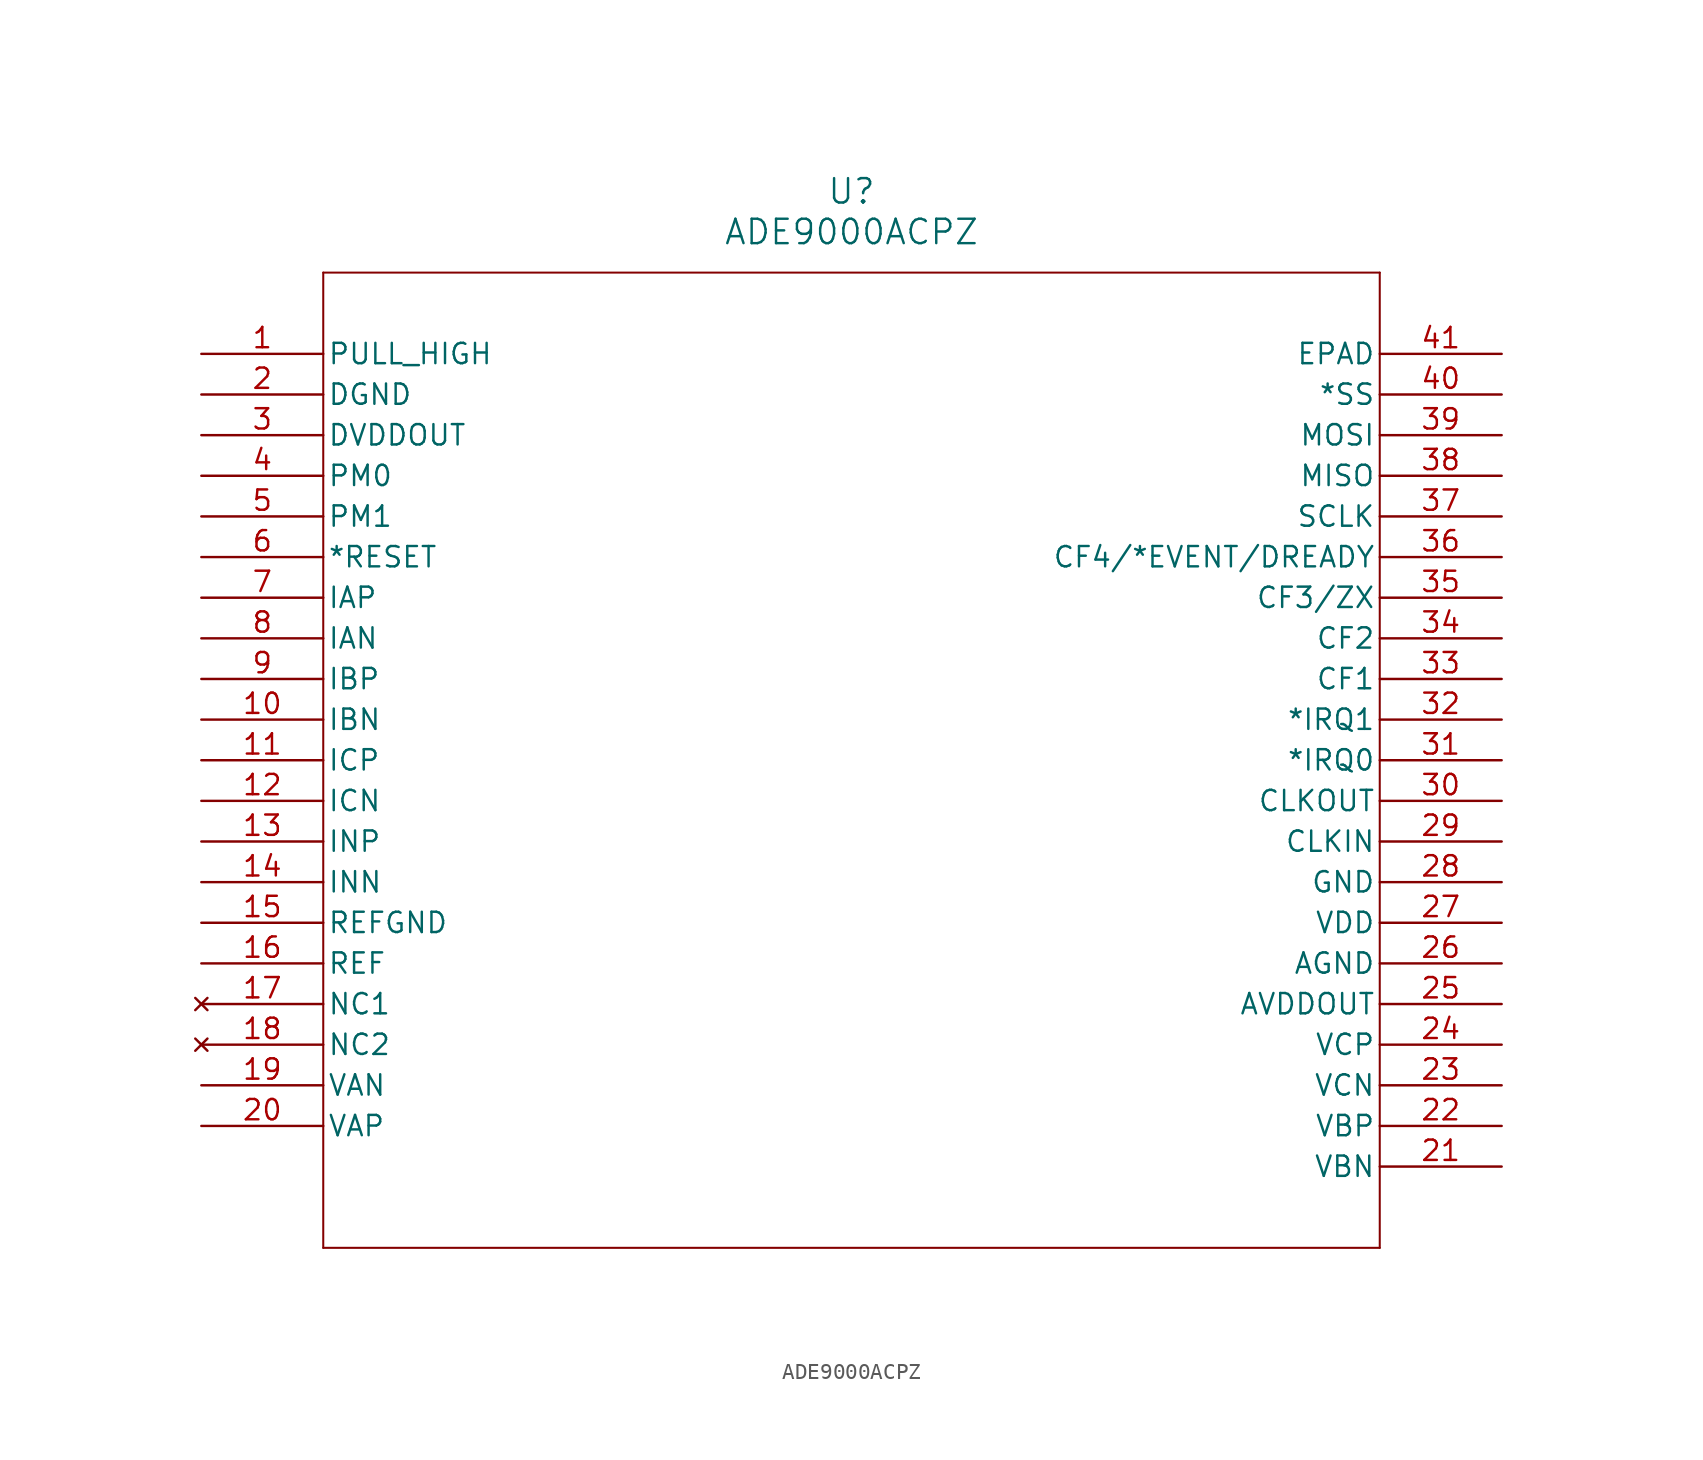
<source format=kicad_sym>
(kicad_symbol_lib
  (version 20211014)
  (generator kicad_symbol_editor)
  (symbol "ADE9000ACPZ"
    (pin_names
      (offset 0.254))
    (property "Reference" "U"
      (at 40.64 10.16 0)
      (effects (font (size 1.524 1.524))))
    (property "Value" "ADE9000ACPZ"
      (at 40.64 7.62 0)
      (effects (font (size 1.524 1.524))))
    (symbol "ADE9000ACPZ_0_1"
      (polyline (pts (xy 7.62 5.08) (xy 7.62 -55.88)) (stroke (width 0.127) (type default) (color 0 0 0 0)) (fill (type none)))
      (polyline (pts (xy 7.62 -55.88) (xy 73.66 -55.88)) (stroke (width 0.127) (type default) (color 0 0 0 0)) (fill (type none)))
      (polyline (pts (xy 73.66 -55.88) (xy 73.66 5.08)) (stroke (width 0.127) (type default) (color 0 0 0 0)) (fill (type none)))
      (polyline (pts (xy 73.66 5.08) (xy 7.62 5.08)) (stroke (width 0.127) (type default) (color 0 0 0 0)) (fill (type none)))
      (pin power_in line (at 0 0 0) (length 7.62) (name "PULL_HIGH" (effects (font (size 1.27 1.27)))) (number "1" (effects (font (size 1.27 1.27)))))
      (pin power_out line (at 0 -2.54 0) (length 7.62) (name "DGND" (effects (font (size 1.27 1.27)))) (number "2" (effects (font (size 1.27 1.27)))))
      (pin output line (at 0 -5.08 0) (length 7.62) (name "DVDDOUT" (effects (font (size 1.27 1.27)))) (number "3" (effects (font (size 1.27 1.27)))))
      (pin power_out line (at 0 -7.62 0) (length 7.62) (name "PM0" (effects (font (size 1.27 1.27)))) (number "4" (effects (font (size 1.27 1.27)))))
      (pin power_out line (at 0 -10.16 0) (length 7.62) (name "PM1" (effects (font (size 1.27 1.27)))) (number "5" (effects (font (size 1.27 1.27)))))
      (pin input line (at 0 -12.7 0) (length 7.62) (name "*RESET" (effects (font (size 1.27 1.27)))) (number "6" (effects (font (size 1.27 1.27)))))
      (pin input line (at 0 -15.24 0) (length 7.62) (name "IAP" (effects (font (size 1.27 1.27)))) (number "7" (effects (font (size 1.27 1.27)))))
      (pin input line (at 0 -17.78 0) (length 7.62) (name "IAN" (effects (font (size 1.27 1.27)))) (number "8" (effects (font (size 1.27 1.27)))))
      (pin input line (at 0 -20.32 0) (length 7.62) (name "IBP" (effects (font (size 1.27 1.27)))) (number "9" (effects (font (size 1.27 1.27)))))
      (pin input line (at 0 -22.86 0) (length 7.62) (name "IBN" (effects (font (size 1.27 1.27)))) (number "10" (effects (font (size 1.27 1.27)))))
      (pin input line (at 0 -25.4 0) (length 7.62) (name "ICP" (effects (font (size 1.27 1.27)))) (number "11" (effects (font (size 1.27 1.27)))))
      (pin input line (at 0 -27.94 0) (length 7.62) (name "ICN" (effects (font (size 1.27 1.27)))) (number "12" (effects (font (size 1.27 1.27)))))
      (pin input line (at 0 -30.48 0) (length 7.62) (name "INP" (effects (font (size 1.27 1.27)))) (number "13" (effects (font (size 1.27 1.27)))))
      (pin input line (at 0 -33.02 0) (length 7.62) (name "INN" (effects (font (size 1.27 1.27)))) (number "14" (effects (font (size 1.27 1.27)))))
      (pin power_out line (at 0 -35.56 0) (length 7.62) (name "REFGND" (effects (font (size 1.27 1.27)))) (number "15" (effects (font (size 1.27 1.27)))))
      (pin unspecified line (at 0 -38.1 0) (length 7.62) (name "REF" (effects (font (size 1.27 1.27)))) (number "16" (effects (font (size 1.27 1.27)))))
      (pin no_connect line (at 0 -40.64 0) (length 7.62) (name "NC1" (effects (font (size 1.27 1.27)))) (number "17" (effects (font (size 1.27 1.27)))))
      (pin no_connect line (at 0 -43.18 0) (length 7.62) (name "NC2" (effects (font (size 1.27 1.27)))) (number "18" (effects (font (size 1.27 1.27)))))
      (pin input line (at 0 -45.72 0) (length 7.62) (name "VAN" (effects (font (size 1.27 1.27)))) (number "19" (effects (font (size 1.27 1.27)))))
      (pin input line (at 0 -48.26 0) (length 7.62) (name "VAP" (effects (font (size 1.27 1.27)))) (number "20" (effects (font (size 1.27 1.27)))))
      (pin input line (at 81.28 -50.8 180) (length 7.62) (name "VBN" (effects (font (size 1.27 1.27)))) (number "21" (effects (font (size 1.27 1.27)))))
      (pin input line (at 81.28 -48.26 180) (length 7.62) (name "VBP" (effects (font (size 1.27 1.27)))) (number "22" (effects (font (size 1.27 1.27)))))
      (pin input line (at 81.28 -45.72 180) (length 7.62) (name "VCN" (effects (font (size 1.27 1.27)))) (number "23" (effects (font (size 1.27 1.27)))))
      (pin input line (at 81.28 -43.18 180) (length 7.62) (name "VCP" (effects (font (size 1.27 1.27)))) (number "24" (effects (font (size 1.27 1.27)))))
      (pin output line (at 81.28 -40.64 180) (length 7.62) (name "AVDDOUT" (effects (font (size 1.27 1.27)))) (number "25" (effects (font (size 1.27 1.27)))))
      (pin power_out line (at 81.28 -38.1 180) (length 7.62) (name "AGND" (effects (font (size 1.27 1.27)))) (number "26" (effects (font (size 1.27 1.27)))))
      (pin power_in line (at 81.28 -35.56 180) (length 7.62) (name "VDD" (effects (font (size 1.27 1.27)))) (number "27" (effects (font (size 1.27 1.27)))))
      (pin power_out line (at 81.28 -33.02 180) (length 7.62) (name "GND" (effects (font (size 1.27 1.27)))) (number "28" (effects (font (size 1.27 1.27)))))
      (pin input line (at 81.28 -30.48 180) (length 7.62) (name "CLKIN" (effects (font (size 1.27 1.27)))) (number "29" (effects (font (size 1.27 1.27)))))
      (pin output line (at 81.28 -27.94 180) (length 7.62) (name "CLKOUT" (effects (font (size 1.27 1.27)))) (number "30" (effects (font (size 1.27 1.27)))))
      (pin output line (at 81.28 -25.4 180) (length 7.62) (name "*IRQ0" (effects (font (size 1.27 1.27)))) (number "31" (effects (font (size 1.27 1.27)))))
      (pin output line (at 81.28 -22.86 180) (length 7.62) (name "*IRQ1" (effects (font (size 1.27 1.27)))) (number "32" (effects (font (size 1.27 1.27)))))
      (pin output line (at 81.28 -20.32 180) (length 7.62) (name "CF1" (effects (font (size 1.27 1.27)))) (number "33" (effects (font (size 1.27 1.27)))))
      (pin output line (at 81.28 -17.78 180) (length 7.62) (name "CF2" (effects (font (size 1.27 1.27)))) (number "34" (effects (font (size 1.27 1.27)))))
      (pin output line (at 81.28 -15.24 180) (length 7.62) (name "CF3/ZX" (effects (font (size 1.27 1.27)))) (number "35" (effects (font (size 1.27 1.27)))))
      (pin output line (at 81.28 -12.7 180) (length 7.62) (name "CF4/*EVENT/DREADY" (effects (font (size 1.27 1.27)))) (number "36" (effects (font (size 1.27 1.27)))))
      (pin input line (at 81.28 -10.16 180) (length 7.62) (name "SCLK" (effects (font (size 1.27 1.27)))) (number "37" (effects (font (size 1.27 1.27)))))
      (pin output line (at 81.28 -7.62 180) (length 7.62) (name "MISO" (effects (font (size 1.27 1.27)))) (number "38" (effects (font (size 1.27 1.27)))))
      (pin input line (at 81.28 -5.08 180) (length 7.62) (name "MOSI" (effects (font (size 1.27 1.27)))) (number "39" (effects (font (size 1.27 1.27)))))
      (pin unspecified line (at 81.28 -2.54 180) (length 7.62) (name "*SS" (effects (font (size 1.27 1.27)))) (number "40" (effects (font (size 1.27 1.27)))))
      (pin power_out line (at 81.28 0 180) (length 7.62) (name "EPAD" (effects (font (size 1.27 1.27)))) (number "41" (effects (font (size 1.27 1.27))))))))
</source>
